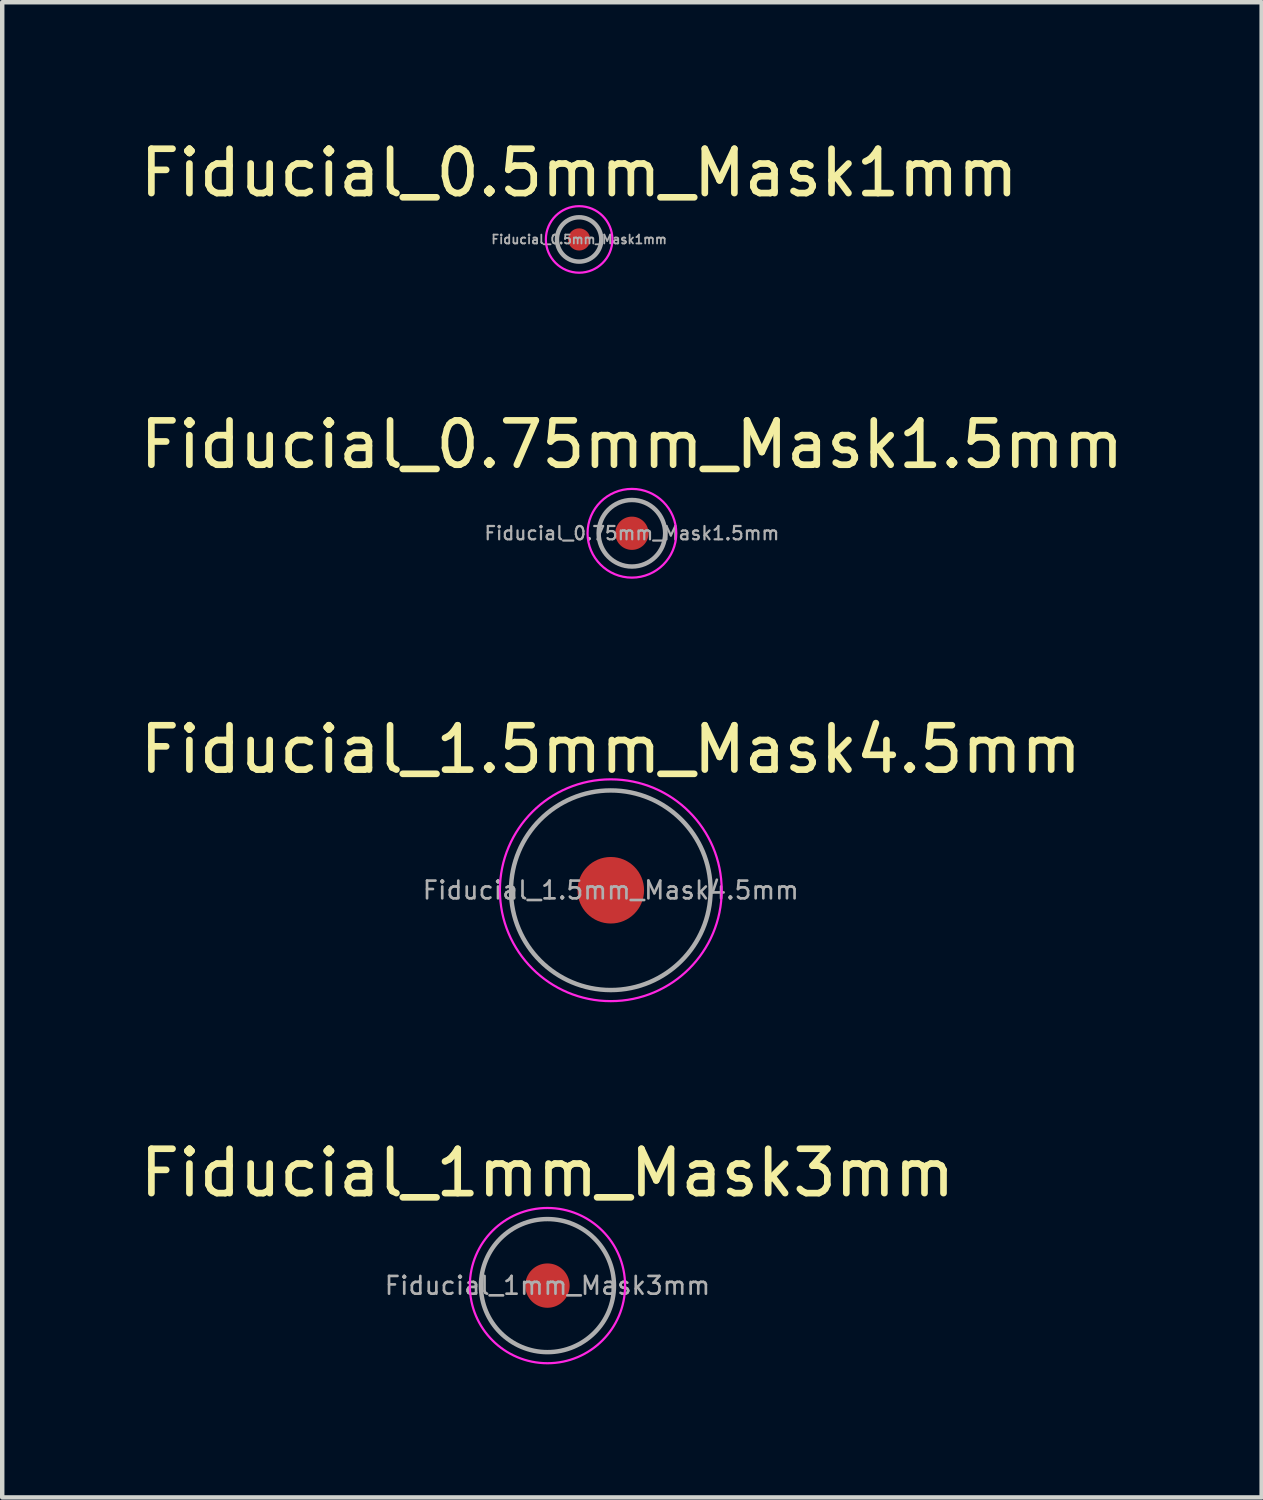
<source format=kicad_pcb>
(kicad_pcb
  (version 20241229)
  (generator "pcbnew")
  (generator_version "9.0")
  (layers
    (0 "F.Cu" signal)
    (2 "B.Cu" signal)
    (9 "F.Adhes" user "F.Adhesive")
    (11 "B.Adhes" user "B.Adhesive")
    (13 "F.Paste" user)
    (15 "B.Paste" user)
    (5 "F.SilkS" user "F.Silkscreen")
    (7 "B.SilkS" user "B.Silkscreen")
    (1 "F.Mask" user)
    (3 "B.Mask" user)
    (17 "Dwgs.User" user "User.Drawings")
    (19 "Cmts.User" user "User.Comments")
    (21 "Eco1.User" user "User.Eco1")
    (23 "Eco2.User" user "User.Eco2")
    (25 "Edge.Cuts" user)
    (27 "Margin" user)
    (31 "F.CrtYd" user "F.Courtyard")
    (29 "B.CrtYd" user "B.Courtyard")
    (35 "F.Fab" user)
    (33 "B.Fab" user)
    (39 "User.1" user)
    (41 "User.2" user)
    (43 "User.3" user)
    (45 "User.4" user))
  (footprint "Fiducial_1.5mm_Mask4.5mm"
    (layer "F.Cu")
    (at 10.72 17.02)
    (property "Reference" "Fiducial_1.5mm_Mask4.5mm" (at 0 -3.175 0) (layer "F.SilkS") (effects (font (size 1 1) (thickness 0.15))))
    (attr smd)
    (fp_circle (center 0 0) (end 2.5 0) (stroke (width 0.05) (type solid)) (fill no) (layer "F.CrtYd"))
    (fp_circle (center 0 0) (end 2.25 0) (stroke (width 0.1) (type solid)) (fill no) (layer "F.Fab"))
    (fp_text user "${REFERENCE}" (at 0 0 0) (layer "F.Fab") (effects (font (size 0.4 0.4) (thickness 0.06))))
    (pad "" smd circle (at 0 0) (size 1.5 1.5) (layers "F.Cu" "F.Mask")))
  (footprint "Fiducial_1mm_Mask3mm"
    (layer "F.Cu")
    (at 9.292 25.933)
    (property "Reference" "Fiducial_1mm_Mask3mm" (at 0 -2.54 0) (layer "F.SilkS") (effects (font (size 1 1) (thickness 0.15))))
    (attr smd)
    (fp_circle (center 0 0) (end 1.75 0) (stroke (width 0.05) (type solid)) (fill no) (layer "F.CrtYd"))
    (fp_circle (center 0 0) (end 1.5 0) (stroke (width 0.1) (type solid)) (fill no) (layer "F.Fab"))
    (fp_text user "${REFERENCE}" (at 0 0 0) (layer "F.Fab") (effects (font (size 0.4 0.4) (thickness 0.06))))
    (pad "" smd circle (at 0 0) (size 1 1) (layers "F.Cu" "F.Mask")))
  (footprint "Fiducial_0.5mm_Mask1mm"
    (layer "F.Cu")
    (at 10.006 2.348)
    (property "Reference" "Fiducial_0.5mm_Mask1mm" (at 0 -1.5 0) (layer "F.SilkS") (effects (font (size 1 1) (thickness 0.15))))
    (attr smd)
    (fp_circle (center 0 0) (end 0.75 0) (stroke (width 0.05) (type solid)) (fill no) (layer "F.CrtYd"))
    (fp_circle (center 0 0) (end 0.5 0) (stroke (width 0.1) (type solid)) (fill no) (layer "F.Fab"))
    (fp_text user "${REFERENCE}" (at 0 0 0) (layer "F.Fab") (effects (font (size 0.2 0.2) (thickness 0.04))))
    (pad "" smd circle (at 0 0) (size 0.5 0.5) (layers "F.Cu" "F.Mask")))
  (footprint "Fiducial_0.75mm_Mask1.5mm"
    (layer "F.Cu")
    (at 11.196 8.972)
    (property "Reference" "Fiducial_0.75mm_Mask1.5mm" (at 0 -2 0) (layer "F.SilkS") (effects (font (size 1 1) (thickness 0.15))))
    (attr smd)
    (fp_circle (center 0 0) (end 1 0) (stroke (width 0.05) (type solid)) (fill no) (layer "F.CrtYd"))
    (fp_circle (center 0 0) (end 0.75 0) (stroke (width 0.1) (type solid)) (fill no) (layer "F.Fab"))
    (fp_text user "${REFERENCE}" (at 0 0 0) (layer "F.Fab") (effects (font (size 0.3 0.3) (thickness 0.05))))
    (pad "" smd circle (at 0 0) (size 0.75 0.75) (layers "F.Cu" "F.Mask")))
  (gr_rect
    (start -3 -3)
    (end 25.393 30.708)
    (stroke (width 0.1) (type default))
    (fill no)
    (layer "Edge.Cuts")))
</source>
